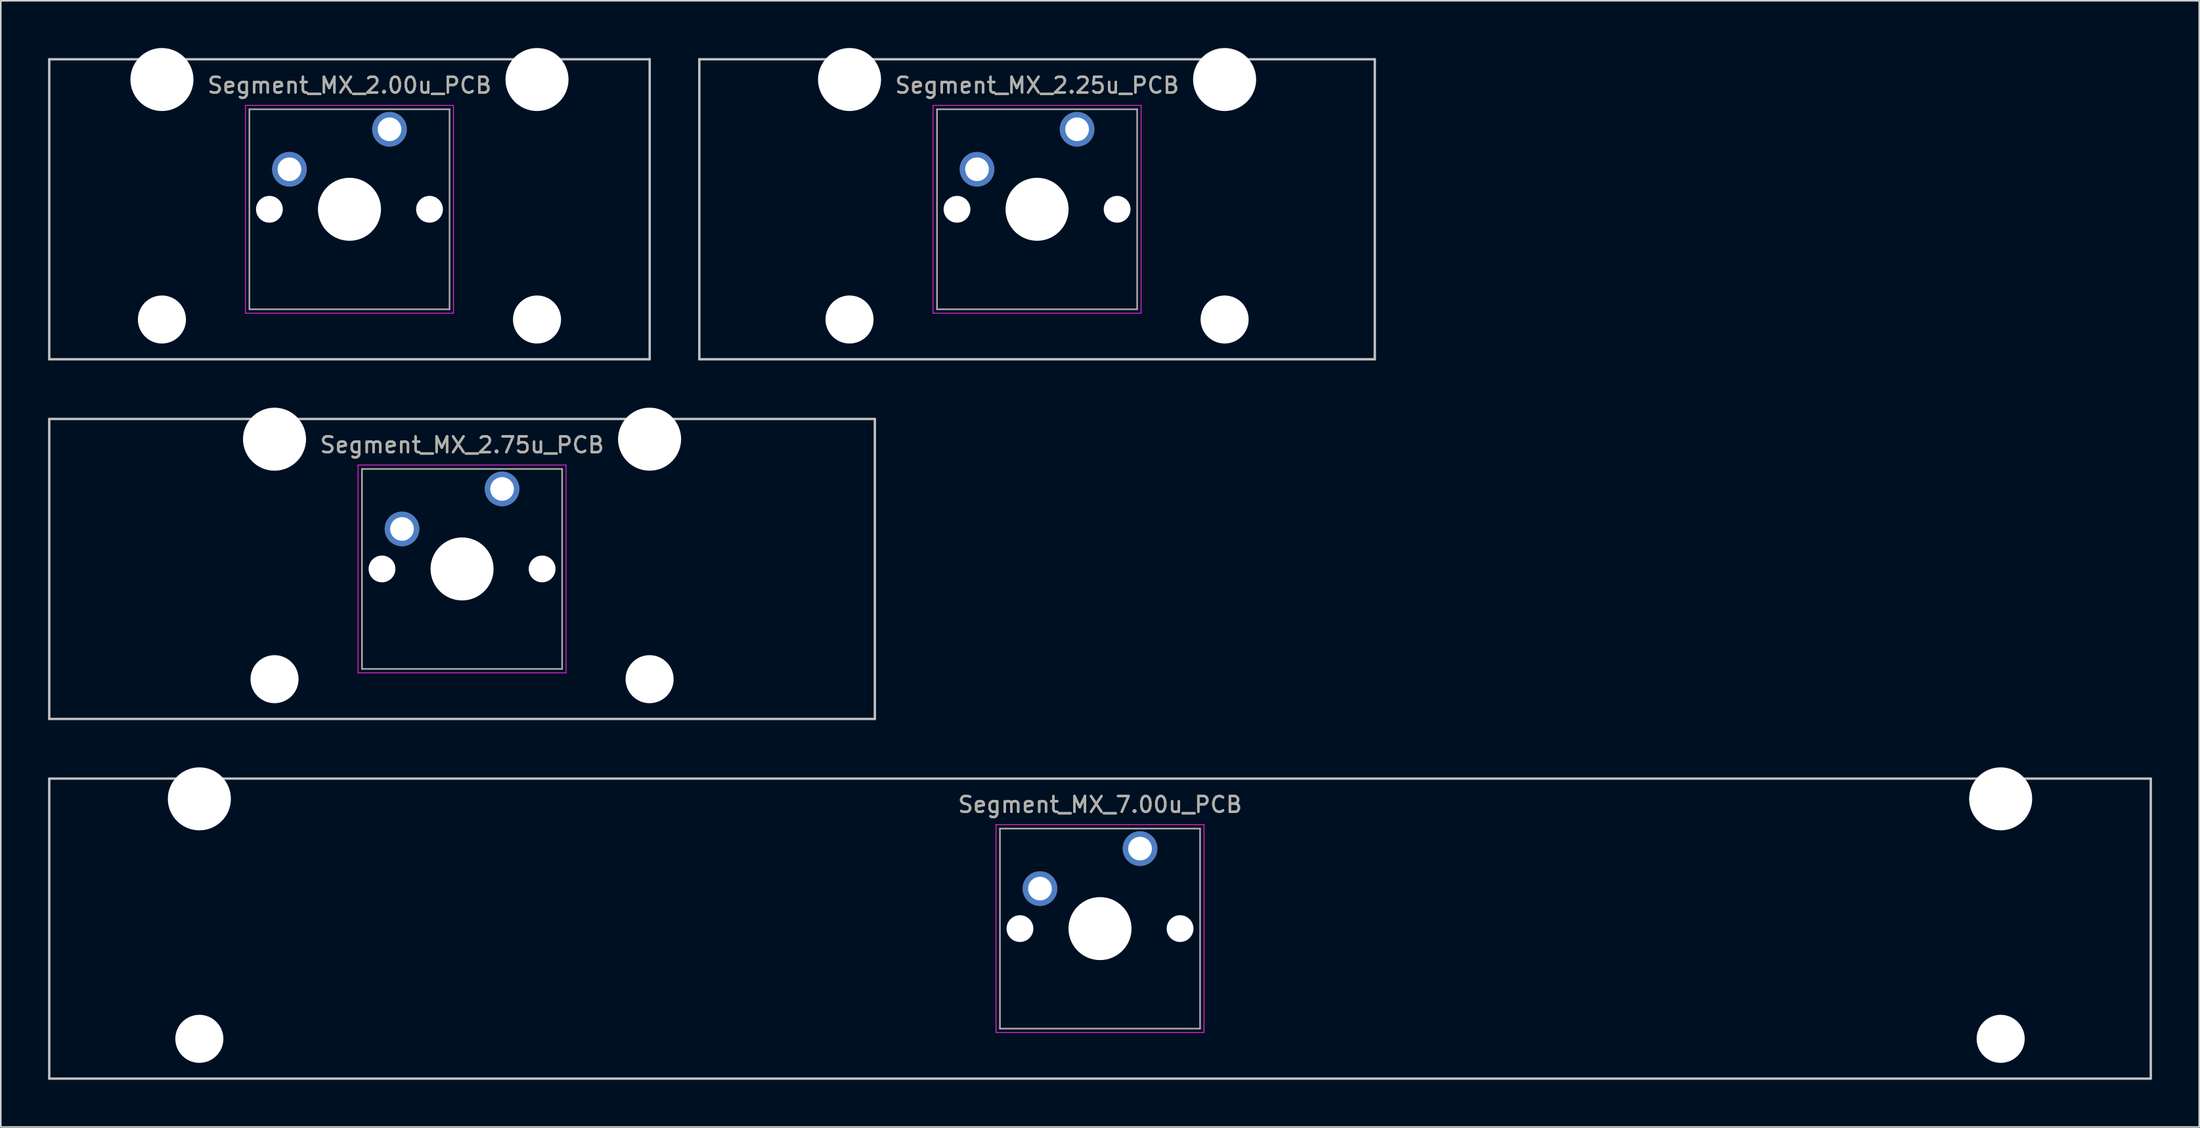
<source format=kicad_pcb>
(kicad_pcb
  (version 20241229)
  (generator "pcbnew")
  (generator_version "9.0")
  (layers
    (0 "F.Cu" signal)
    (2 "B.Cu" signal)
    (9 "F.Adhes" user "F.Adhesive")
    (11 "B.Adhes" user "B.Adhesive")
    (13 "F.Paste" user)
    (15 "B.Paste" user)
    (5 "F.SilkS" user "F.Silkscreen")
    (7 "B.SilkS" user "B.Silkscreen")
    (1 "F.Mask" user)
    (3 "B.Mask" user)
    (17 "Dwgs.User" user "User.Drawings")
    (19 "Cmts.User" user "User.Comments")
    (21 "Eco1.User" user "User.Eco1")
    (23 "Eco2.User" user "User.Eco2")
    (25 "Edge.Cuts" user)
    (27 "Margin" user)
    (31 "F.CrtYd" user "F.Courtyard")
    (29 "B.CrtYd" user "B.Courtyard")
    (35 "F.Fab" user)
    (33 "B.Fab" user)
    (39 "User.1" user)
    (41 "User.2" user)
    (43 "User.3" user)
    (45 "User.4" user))
  (footprint "Segment_MX_7.00u_PCB"
    (layer "F.Cu")
    (at 66.75 55.92)
    (property "Reference" "Segment_MX_7.00u_PCB" (at 0 -7.874 0) (layer "F.SilkS") (effects (font (size 1 1) (thickness 0.15))))
    (attr through_hole)
    (fp_line (start -66.675 -9.525) (end 66.675 -9.525) (stroke (width 0.15) (type solid)) (layer "Dwgs.User"))
    (fp_line (start -66.675 9.525) (end -66.675 -9.525) (stroke (width 0.15) (type solid)) (layer "Dwgs.User"))
    (fp_line (start 66.675 -9.525) (end 66.675 9.525) (stroke (width 0.15) (type solid)) (layer "Dwgs.User"))
    (fp_line (start 66.675 9.525) (end -66.675 9.525) (stroke (width 0.15) (type solid)) (layer "Dwgs.User"))
    (fp_line (start -6.6 -6.6) (end 6.6 -6.6) (stroke (width 0.05) (type solid)) (layer "F.CrtYd"))
    (fp_line (start -6.6 6.6) (end -6.6 -6.6) (stroke (width 0.05) (type solid)) (layer "F.CrtYd"))
    (fp_line (start 6.6 -6.6) (end 6.6 6.6) (stroke (width 0.05) (type solid)) (layer "F.CrtYd"))
    (fp_line (start 6.6 6.6) (end -6.6 6.6) (stroke (width 0.05) (type solid)) (layer "F.CrtYd"))
    (fp_line (start -6.35 -6.35) (end 6.35 -6.35) (stroke (width 0.1) (type solid)) (layer "F.Fab"))
    (fp_line (start -6.35 6.35) (end -6.35 -6.35) (stroke (width 0.1) (type solid)) (layer "F.Fab"))
    (fp_line (start 6.35 -6.35) (end 6.35 6.35) (stroke (width 0.1) (type solid)) (layer "F.Fab"))
    (fp_line (start 6.35 6.35) (end -6.35 6.35) (stroke (width 0.1) (type solid)) (layer "F.Fab"))
    (fp_text user "${REFERENCE}" (at 0 -7.874 0) (layer "F.Fab") (effects (font (size 1 1) (thickness 0.15))))
    (pad "" np_thru_hole circle (at -57.15 -8.24 180) (size 4 4) (drill 4) (layers "*.Cu" "*.Mask"))
    (pad "" np_thru_hole circle (at -57.15 7 180) (size 3.05 3.05) (drill 3.05) (layers "*.Cu" "*.Mask"))
    (pad "" np_thru_hole circle (at -5.08 0) (size 1.7 1.7) (drill 1.7) (layers "*.Cu" "*.Mask"))
    (pad "" np_thru_hole circle (at 0 0) (size 4 4) (drill 4) (layers "*.Cu" "*.Mask"))
    (pad "" np_thru_hole circle (at 5.08 0) (size 1.7 1.7) (drill 1.7) (layers "*.Cu" "*.Mask"))
    (pad "" np_thru_hole circle (at 57.15 -8.24 180) (size 4 4) (drill 4) (layers "*.Cu" "*.Mask"))
    (pad "" np_thru_hole circle (at 57.15 7 180) (size 3.05 3.05) (drill 3.05) (layers "*.Cu" "*.Mask"))
    (pad "1" thru_hole circle (at 2.54 -5.08) (size 2.2 2.2) (drill 1.5) (layers "*.Cu" "*.Mask"))
    (pad "2" thru_hole circle (at -3.81 -2.54) (size 2.2 2.2) (drill 1.5) (layers "*.Cu" "*.Mask")))
  (footprint "Segment_MX_2.00u_PCB"
    (layer "F.Cu")
    (at 19.125 10.24)
    (property "Reference" "Segment_MX_2.00u_PCB" (at 0 -7.874 0) (layer "F.SilkS") (effects (font (size 1 1) (thickness 0.15))))
    (attr through_hole)
    (fp_line (start -19.05 -9.525) (end 19.05 -9.525) (stroke (width 0.15) (type solid)) (layer "Dwgs.User"))
    (fp_line (start -19.05 9.525) (end -19.05 -9.525) (stroke (width 0.15) (type solid)) (layer "Dwgs.User"))
    (fp_line (start 19.05 -9.525) (end 19.05 9.525) (stroke (width 0.15) (type solid)) (layer "Dwgs.User"))
    (fp_line (start 19.05 9.525) (end -19.05 9.525) (stroke (width 0.15) (type solid)) (layer "Dwgs.User"))
    (fp_line (start -6.6 -6.6) (end 6.6 -6.6) (stroke (width 0.05) (type solid)) (layer "F.CrtYd"))
    (fp_line (start -6.6 6.6) (end -6.6 -6.6) (stroke (width 0.05) (type solid)) (layer "F.CrtYd"))
    (fp_line (start 6.6 -6.6) (end 6.6 6.6) (stroke (width 0.05) (type solid)) (layer "F.CrtYd"))
    (fp_line (start 6.6 6.6) (end -6.6 6.6) (stroke (width 0.05) (type solid)) (layer "F.CrtYd"))
    (fp_line (start -6.35 -6.35) (end 6.35 -6.35) (stroke (width 0.1) (type solid)) (layer "F.Fab"))
    (fp_line (start -6.35 6.35) (end -6.35 -6.35) (stroke (width 0.1) (type solid)) (layer "F.Fab"))
    (fp_line (start 6.35 -6.35) (end 6.35 6.35) (stroke (width 0.1) (type solid)) (layer "F.Fab"))
    (fp_line (start 6.35 6.35) (end -6.35 6.35) (stroke (width 0.1) (type solid)) (layer "F.Fab"))
    (fp_text user "${REFERENCE}" (at 0 -7.874 0) (layer "F.Fab") (effects (font (size 1 1) (thickness 0.15))))
    (pad "" np_thru_hole circle (at -11.9 -8.24 180) (size 4 4) (drill 4) (layers "*.Cu" "*.Mask"))
    (pad "" np_thru_hole circle (at -11.9 7 180) (size 3.05 3.05) (drill 3.05) (layers "*.Cu" "*.Mask"))
    (pad "" np_thru_hole circle (at -5.08 0) (size 1.7 1.7) (drill 1.7) (layers "*.Cu" "*.Mask"))
    (pad "" np_thru_hole circle (at 0 0) (size 4 4) (drill 4) (layers "*.Cu" "*.Mask"))
    (pad "" np_thru_hole circle (at 5.08 0) (size 1.7 1.7) (drill 1.7) (layers "*.Cu" "*.Mask"))
    (pad "" np_thru_hole circle (at 11.9 -8.24 180) (size 4 4) (drill 4) (layers "*.Cu" "*.Mask"))
    (pad "" np_thru_hole circle (at 11.9 7 180) (size 3.05 3.05) (drill 3.05) (layers "*.Cu" "*.Mask"))
    (pad "1" thru_hole circle (at 2.54 -5.08) (size 2.2 2.2) (drill 1.5) (layers "*.Cu" "*.Mask"))
    (pad "2" thru_hole circle (at -3.81 -2.54) (size 2.2 2.2) (drill 1.5) (layers "*.Cu" "*.Mask")))
  (footprint "Segment_MX_2.25u_PCB"
    (layer "F.Cu")
    (at 62.756 10.24)
    (property "Reference" "Segment_MX_2.25u_PCB" (at 0 -7.874 0) (layer "F.SilkS") (effects (font (size 1 1) (thickness 0.15))))
    (attr through_hole)
    (fp_line (start -21.431 -9.525) (end 21.431 -9.525) (stroke (width 0.15) (type solid)) (layer "Dwgs.User"))
    (fp_line (start -21.431 9.525) (end -21.431 -9.525) (stroke (width 0.15) (type solid)) (layer "Dwgs.User"))
    (fp_line (start 21.431 -9.525) (end 21.431 9.525) (stroke (width 0.15) (type solid)) (layer "Dwgs.User"))
    (fp_line (start 21.431 9.525) (end -21.431 9.525) (stroke (width 0.15) (type solid)) (layer "Dwgs.User"))
    (fp_line (start -6.6 -6.6) (end 6.6 -6.6) (stroke (width 0.05) (type solid)) (layer "F.CrtYd"))
    (fp_line (start -6.6 6.6) (end -6.6 -6.6) (stroke (width 0.05) (type solid)) (layer "F.CrtYd"))
    (fp_line (start 6.6 -6.6) (end 6.6 6.6) (stroke (width 0.05) (type solid)) (layer "F.CrtYd"))
    (fp_line (start 6.6 6.6) (end -6.6 6.6) (stroke (width 0.05) (type solid)) (layer "F.CrtYd"))
    (fp_line (start -6.35 -6.35) (end 6.35 -6.35) (stroke (width 0.1) (type solid)) (layer "F.Fab"))
    (fp_line (start -6.35 6.35) (end -6.35 -6.35) (stroke (width 0.1) (type solid)) (layer "F.Fab"))
    (fp_line (start 6.35 -6.35) (end 6.35 6.35) (stroke (width 0.1) (type solid)) (layer "F.Fab"))
    (fp_line (start 6.35 6.35) (end -6.35 6.35) (stroke (width 0.1) (type solid)) (layer "F.Fab"))
    (fp_text user "${REFERENCE}" (at 0 -7.874 0) (layer "F.Fab") (effects (font (size 1 1) (thickness 0.15))))
    (pad "" np_thru_hole circle (at -11.9 -8.24 180) (size 4 4) (drill 4) (layers "*.Cu" "*.Mask"))
    (pad "" np_thru_hole circle (at -11.9 7 180) (size 3.05 3.05) (drill 3.05) (layers "*.Cu" "*.Mask"))
    (pad "" np_thru_hole circle (at -5.08 0) (size 1.7 1.7) (drill 1.7) (layers "*.Cu" "*.Mask"))
    (pad "" np_thru_hole circle (at 0 0) (size 4 4) (drill 4) (layers "*.Cu" "*.Mask"))
    (pad "" np_thru_hole circle (at 5.08 0) (size 1.7 1.7) (drill 1.7) (layers "*.Cu" "*.Mask"))
    (pad "" np_thru_hole circle (at 11.9 -8.24 180) (size 4 4) (drill 4) (layers "*.Cu" "*.Mask"))
    (pad "" np_thru_hole circle (at 11.9 7 180) (size 3.05 3.05) (drill 3.05) (layers "*.Cu" "*.Mask"))
    (pad "1" thru_hole circle (at 2.54 -5.08) (size 2.2 2.2) (drill 1.5) (layers "*.Cu" "*.Mask"))
    (pad "2" thru_hole circle (at -3.81 -2.54) (size 2.2 2.2) (drill 1.5) (layers "*.Cu" "*.Mask")))
  (footprint "Segment_MX_2.75u_PCB"
    (layer "F.Cu")
    (at 26.269 33.08)
    (property "Reference" "Segment_MX_2.75u_PCB" (at 0 -7.874 0) (layer "F.SilkS") (effects (font (size 1 1) (thickness 0.15))))
    (attr through_hole)
    (fp_line (start -26.194 -9.525) (end 26.194 -9.525) (stroke (width 0.15) (type solid)) (layer "Dwgs.User"))
    (fp_line (start -26.194 9.525) (end -26.194 -9.525) (stroke (width 0.15) (type solid)) (layer "Dwgs.User"))
    (fp_line (start 26.194 -9.525) (end 26.194 9.525) (stroke (width 0.15) (type solid)) (layer "Dwgs.User"))
    (fp_line (start 26.194 9.525) (end -26.194 9.525) (stroke (width 0.15) (type solid)) (layer "Dwgs.User"))
    (fp_line (start -6.6 -6.6) (end 6.6 -6.6) (stroke (width 0.05) (type solid)) (layer "F.CrtYd"))
    (fp_line (start -6.6 6.6) (end -6.6 -6.6) (stroke (width 0.05) (type solid)) (layer "F.CrtYd"))
    (fp_line (start 6.6 -6.6) (end 6.6 6.6) (stroke (width 0.05) (type solid)) (layer "F.CrtYd"))
    (fp_line (start 6.6 6.6) (end -6.6 6.6) (stroke (width 0.05) (type solid)) (layer "F.CrtYd"))
    (fp_line (start -6.35 -6.35) (end 6.35 -6.35) (stroke (width 0.1) (type solid)) (layer "F.Fab"))
    (fp_line (start -6.35 6.35) (end -6.35 -6.35) (stroke (width 0.1) (type solid)) (layer "F.Fab"))
    (fp_line (start 6.35 -6.35) (end 6.35 6.35) (stroke (width 0.1) (type solid)) (layer "F.Fab"))
    (fp_line (start 6.35 6.35) (end -6.35 6.35) (stroke (width 0.1) (type solid)) (layer "F.Fab"))
    (fp_text user "${REFERENCE}" (at 0 -7.874 0) (layer "F.Fab") (effects (font (size 1 1) (thickness 0.15))))
    (pad "" np_thru_hole circle (at -11.9 -8.24 180) (size 4 4) (drill 4) (layers "*.Cu" "*.Mask"))
    (pad "" np_thru_hole circle (at -11.9 7 180) (size 3.05 3.05) (drill 3.05) (layers "*.Cu" "*.Mask"))
    (pad "" np_thru_hole circle (at -5.08 0) (size 1.7 1.7) (drill 1.7) (layers "*.Cu" "*.Mask"))
    (pad "" np_thru_hole circle (at 0 0) (size 4 4) (drill 4) (layers "*.Cu" "*.Mask"))
    (pad "" np_thru_hole circle (at 5.08 0) (size 1.7 1.7) (drill 1.7) (layers "*.Cu" "*.Mask"))
    (pad "" np_thru_hole circle (at 11.9 -8.24 180) (size 4 4) (drill 4) (layers "*.Cu" "*.Mask"))
    (pad "" np_thru_hole circle (at 11.9 7 180) (size 3.05 3.05) (drill 3.05) (layers "*.Cu" "*.Mask"))
    (pad "1" thru_hole circle (at -3.81 -2.54) (size 2.2 2.2) (drill 1.5) (layers "*.Cu" "*.Mask"))
    (pad "2" thru_hole circle (at 2.54 -5.08) (size 2.2 2.2) (drill 1.5) (layers "*.Cu" "*.Mask")))
  (gr_rect
    (start -3 -3)
    (end 136.5 68.52)
    (stroke (width 0.1) (type default))
    (fill no)
    (layer "Edge.Cuts")))
</source>
